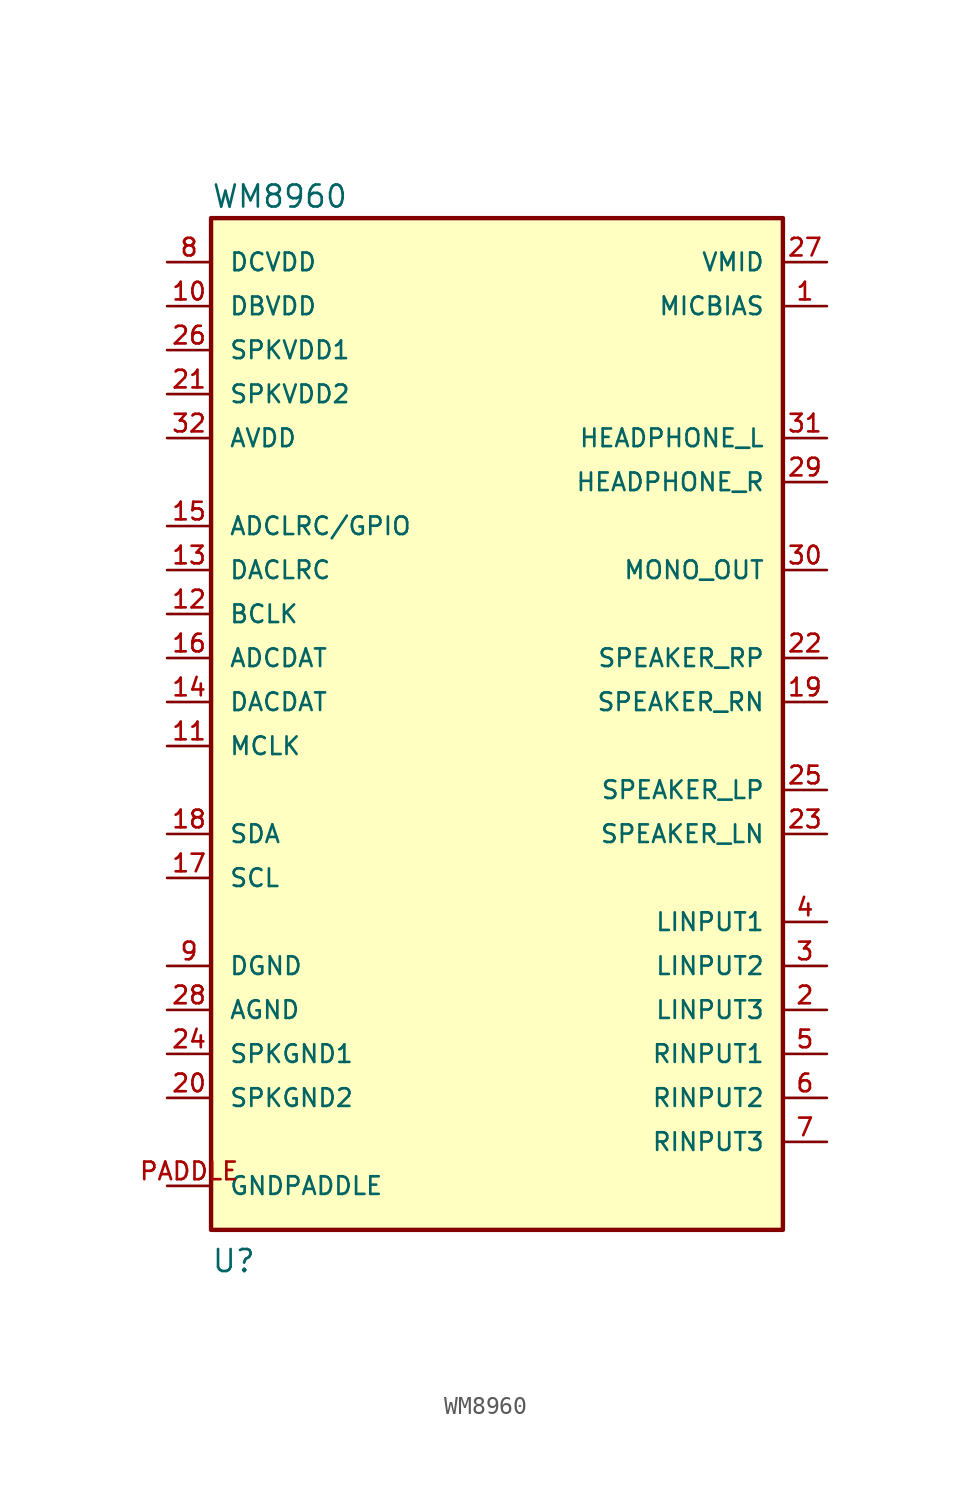
<source format=kicad_sym>
(kicad_symbol_lib
  (version 20211014)
  (generator kicad_symbol_editor)
  (symbol "WM8960"
    (pin_names
      (offset 1.016))
    (property "Reference" "U"
      (at -15.24 -33.02 0)
      (effects (font (size 1.27 1.27)) (justify bottom left)))
    (property "Value" "WM8960"
      (at -15.24 28.448 0)
      (effects (font (size 1.27 1.27)) (justify bottom left)))
    (symbol "WM8960_0_0"
      (rectangle (start -15.24 -30.48) (end 17.78 27.94) (stroke (width 0.254)) (fill (type background)))
      (pin bidirectional line (at -17.78 2.54 0) (length 2.54) (name "ADCDAT" (effects (font (size 1.016 1.016)))) (number "16" (effects (font (size 1.016 1.016)))))
      (pin bidirectional line (at -17.78 10.16 0) (length 2.54) (name "ADCLRC/GPIO" (effects (font (size 1.016 1.016)))) (number "15" (effects (font (size 1.016 1.016)))))
      (pin bidirectional line (at -17.78 -17.78 0) (length 2.54) (name "AGND" (effects (font (size 1.016 1.016)))) (number "28" (effects (font (size 1.016 1.016)))))
      (pin bidirectional line (at -17.78 15.24 0) (length 2.54) (name "AVDD" (effects (font (size 1.016 1.016)))) (number "32" (effects (font (size 1.016 1.016)))))
      (pin bidirectional line (at -17.78 5.08 0) (length 2.54) (name "BCLK" (effects (font (size 1.016 1.016)))) (number "12" (effects (font (size 1.016 1.016)))))
      (pin bidirectional line (at -17.78 0.0 0) (length 2.54) (name "DACDAT" (effects (font (size 1.016 1.016)))) (number "14" (effects (font (size 1.016 1.016)))))
      (pin bidirectional line (at -17.78 7.62 0) (length 2.54) (name "DACLRC" (effects (font (size 1.016 1.016)))) (number "13" (effects (font (size 1.016 1.016)))))
      (pin bidirectional line (at -17.78 22.86 0) (length 2.54) (name "DBVDD" (effects (font (size 1.016 1.016)))) (number "10" (effects (font (size 1.016 1.016)))))
      (pin bidirectional line (at -17.78 25.4 0) (length 2.54) (name "DCVDD" (effects (font (size 1.016 1.016)))) (number "8" (effects (font (size 1.016 1.016)))))
      (pin bidirectional line (at -17.78 -15.24 0) (length 2.54) (name "DGND" (effects (font (size 1.016 1.016)))) (number "9" (effects (font (size 1.016 1.016)))))
      (pin bidirectional line (at -17.78 -27.94 0) (length 2.54) (name "GNDPADDLE" (effects (font (size 1.016 1.016)))) (number "PADDLE" (effects (font (size 1.016 1.016)))))
      (pin bidirectional line (at 20.32 15.24 180.0) (length 2.54) (name "HEADPHONE_L" (effects (font (size 1.016 1.016)))) (number "31" (effects (font (size 1.016 1.016)))))
      (pin bidirectional line (at 20.32 12.7 180.0) (length 2.54) (name "HEADPHONE_R" (effects (font (size 1.016 1.016)))) (number "29" (effects (font (size 1.016 1.016)))))
      (pin bidirectional line (at 20.32 -12.7 180.0) (length 2.54) (name "LINPUT1" (effects (font (size 1.016 1.016)))) (number "4" (effects (font (size 1.016 1.016)))))
      (pin bidirectional line (at 20.32 -15.24 180.0) (length 2.54) (name "LINPUT2" (effects (font (size 1.016 1.016)))) (number "3" (effects (font (size 1.016 1.016)))))
      (pin bidirectional line (at 20.32 -17.78 180.0) (length 2.54) (name "LINPUT3" (effects (font (size 1.016 1.016)))) (number "2" (effects (font (size 1.016 1.016)))))
      (pin bidirectional line (at -17.78 -2.54 0) (length 2.54) (name "MCLK" (effects (font (size 1.016 1.016)))) (number "11" (effects (font (size 1.016 1.016)))))
      (pin bidirectional line (at 20.32 22.86 180.0) (length 2.54) (name "MICBIAS" (effects (font (size 1.016 1.016)))) (number "1" (effects (font (size 1.016 1.016)))))
      (pin bidirectional line (at 20.32 7.62 180.0) (length 2.54) (name "MONO_OUT" (effects (font (size 1.016 1.016)))) (number "30" (effects (font (size 1.016 1.016)))))
      (pin bidirectional line (at 20.32 -20.32 180.0) (length 2.54) (name "RINPUT1" (effects (font (size 1.016 1.016)))) (number "5" (effects (font (size 1.016 1.016)))))
      (pin bidirectional line (at 20.32 -22.86 180.0) (length 2.54) (name "RINPUT2" (effects (font (size 1.016 1.016)))) (number "6" (effects (font (size 1.016 1.016)))))
      (pin bidirectional line (at 20.32 -25.4 180.0) (length 2.54) (name "RINPUT3" (effects (font (size 1.016 1.016)))) (number "7" (effects (font (size 1.016 1.016)))))
      (pin bidirectional line (at -17.78 -10.16 0) (length 2.54) (name "SCL" (effects (font (size 1.016 1.016)))) (number "17" (effects (font (size 1.016 1.016)))))
      (pin bidirectional line (at -17.78 -7.62 0) (length 2.54) (name "SDA" (effects (font (size 1.016 1.016)))) (number "18" (effects (font (size 1.016 1.016)))))
      (pin bidirectional line (at 20.32 -7.62 180.0) (length 2.54) (name "SPEAKER_LN" (effects (font (size 1.016 1.016)))) (number "23" (effects (font (size 1.016 1.016)))))
      (pin bidirectional line (at 20.32 -5.08 180.0) (length 2.54) (name "SPEAKER_LP" (effects (font (size 1.016 1.016)))) (number "25" (effects (font (size 1.016 1.016)))))
      (pin bidirectional line (at 20.32 0.0 180.0) (length 2.54) (name "SPEAKER_RN" (effects (font (size 1.016 1.016)))) (number "19" (effects (font (size 1.016 1.016)))))
      (pin bidirectional line (at 20.32 2.54 180.0) (length 2.54) (name "SPEAKER_RP" (effects (font (size 1.016 1.016)))) (number "22" (effects (font (size 1.016 1.016)))))
      (pin bidirectional line (at -17.78 -20.32 0) (length 2.54) (name "SPKGND1" (effects (font (size 1.016 1.016)))) (number "24" (effects (font (size 1.016 1.016)))))
      (pin bidirectional line (at -17.78 -22.86 0) (length 2.54) (name "SPKGND2" (effects (font (size 1.016 1.016)))) (number "20" (effects (font (size 1.016 1.016)))))
      (pin bidirectional line (at -17.78 20.32 0) (length 2.54) (name "SPKVDD1" (effects (font (size 1.016 1.016)))) (number "26" (effects (font (size 1.016 1.016)))))
      (pin bidirectional line (at -17.78 17.78 0) (length 2.54) (name "SPKVDD2" (effects (font (size 1.016 1.016)))) (number "21" (effects (font (size 1.016 1.016)))))
      (pin bidirectional line (at 20.32 25.4 180.0) (length 2.54) (name "VMID" (effects (font (size 1.016 1.016)))) (number "27" (effects (font (size 1.016 1.016))))))))
</source>
